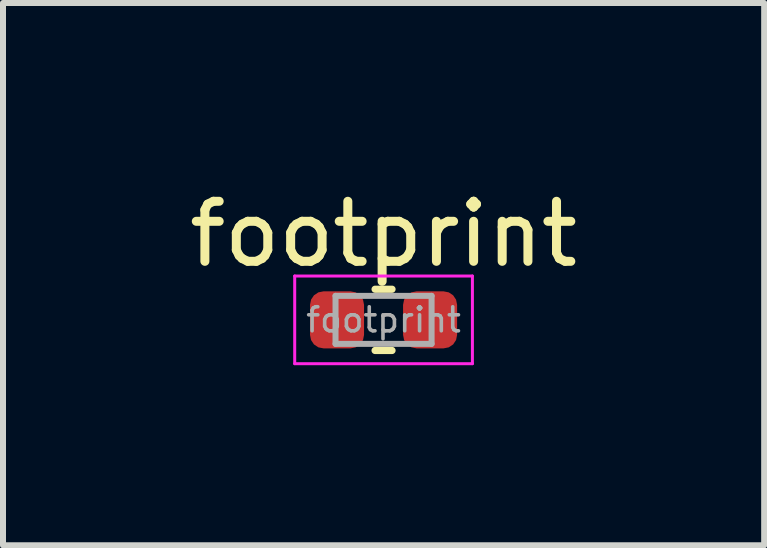
<source format=kicad_pcb>
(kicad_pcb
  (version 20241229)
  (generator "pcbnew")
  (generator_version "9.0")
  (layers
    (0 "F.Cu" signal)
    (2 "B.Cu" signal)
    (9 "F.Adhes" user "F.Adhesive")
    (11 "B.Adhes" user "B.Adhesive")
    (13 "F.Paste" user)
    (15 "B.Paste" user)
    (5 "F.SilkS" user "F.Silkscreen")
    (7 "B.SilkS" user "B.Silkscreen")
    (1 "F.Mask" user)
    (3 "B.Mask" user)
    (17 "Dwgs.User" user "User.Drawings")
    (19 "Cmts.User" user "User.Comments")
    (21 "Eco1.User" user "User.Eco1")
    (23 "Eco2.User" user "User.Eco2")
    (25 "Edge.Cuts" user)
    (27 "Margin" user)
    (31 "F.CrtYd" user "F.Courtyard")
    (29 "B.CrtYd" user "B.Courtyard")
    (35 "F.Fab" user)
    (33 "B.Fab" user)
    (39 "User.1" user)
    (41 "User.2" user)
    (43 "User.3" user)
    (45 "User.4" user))
  (footprint "footprint"
    (layer "F.Cu")
    (at 3.339 2.278)
    (property "Reference" "footprint" (at 0 -1.43 0) (layer "F.SilkS") (effects (font (size 1 1) (thickness 0.15))))
    (attr smd)
    (fp_line (start -0.141 -0.51) (end 0.141 -0.51) (stroke (width 0.12) (type solid)) (layer "F.SilkS"))
    (fp_line (start -0.141 0.51) (end 0.141 0.51) (stroke (width 0.12) (type solid)) (layer "F.SilkS"))
    (fp_line (start -1.48 -0.73) (end 1.48 -0.73) (stroke (width 0.05) (type solid)) (layer "F.CrtYd"))
    (fp_line (start -1.48 0.73) (end -1.48 -0.73) (stroke (width 0.05) (type solid)) (layer "F.CrtYd"))
    (fp_line (start 1.48 -0.73) (end 1.48 0.73) (stroke (width 0.05) (type solid)) (layer "F.CrtYd"))
    (fp_line (start 1.48 0.73) (end -1.48 0.73) (stroke (width 0.05) (type solid)) (layer "F.CrtYd"))
    (fp_line (start -0.8 -0.4) (end 0.8 -0.4) (stroke (width 0.1) (type solid)) (layer "F.Fab"))
    (fp_line (start -0.8 0.4) (end -0.8 -0.4) (stroke (width 0.1) (type solid)) (layer "F.Fab"))
    (fp_line (start 0.8 -0.4) (end 0.8 0.4) (stroke (width 0.1) (type solid)) (layer "F.Fab"))
    (fp_line (start 0.8 0.4) (end -0.8 0.4) (stroke (width 0.1) (type solid)) (layer "F.Fab"))
    (fp_text user "${REFERENCE}" (at 0 0 0) (layer "F.Fab") (effects (font (size 0.4 0.4) (thickness 0.06))))
    (pad "1" smd roundrect (at -0.775 0) (size 0.9 0.95) (layers "F.Cu" "F.Mask" "F.Paste") (roundrect_rratio 0.25))
    (pad "2" smd roundrect (at 0.775 0) (size 0.9 0.95) (layers "F.Cu" "F.Mask" "F.Paste") (roundrect_rratio 0.25)))
  (gr_rect
    (start -3 -3)
    (end 9.679 6.033)
    (stroke (width 0.1) (type default))
    (fill no)
    (layer "Edge.Cuts")))
</source>
